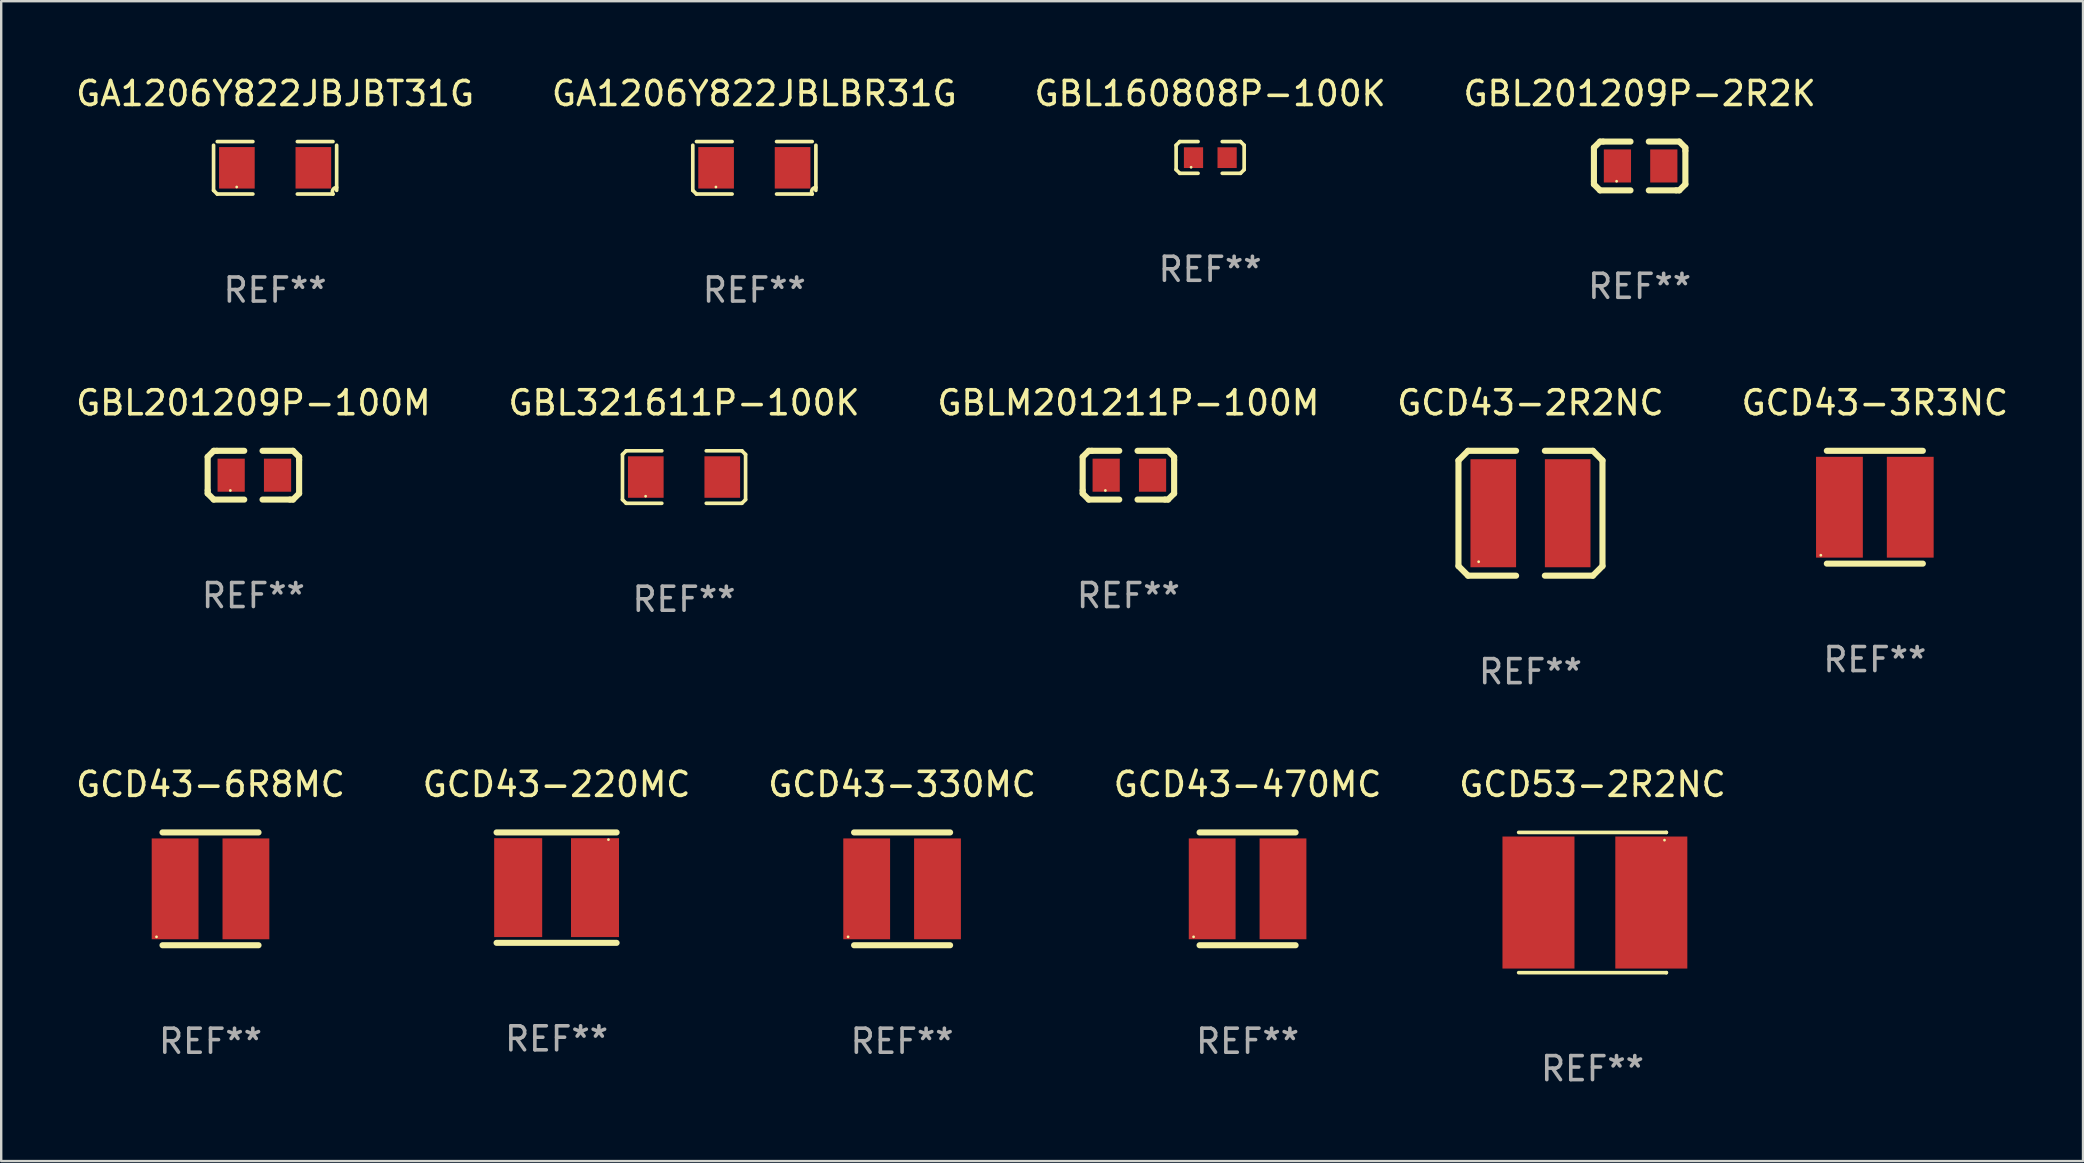
<source format=kicad_pcb>
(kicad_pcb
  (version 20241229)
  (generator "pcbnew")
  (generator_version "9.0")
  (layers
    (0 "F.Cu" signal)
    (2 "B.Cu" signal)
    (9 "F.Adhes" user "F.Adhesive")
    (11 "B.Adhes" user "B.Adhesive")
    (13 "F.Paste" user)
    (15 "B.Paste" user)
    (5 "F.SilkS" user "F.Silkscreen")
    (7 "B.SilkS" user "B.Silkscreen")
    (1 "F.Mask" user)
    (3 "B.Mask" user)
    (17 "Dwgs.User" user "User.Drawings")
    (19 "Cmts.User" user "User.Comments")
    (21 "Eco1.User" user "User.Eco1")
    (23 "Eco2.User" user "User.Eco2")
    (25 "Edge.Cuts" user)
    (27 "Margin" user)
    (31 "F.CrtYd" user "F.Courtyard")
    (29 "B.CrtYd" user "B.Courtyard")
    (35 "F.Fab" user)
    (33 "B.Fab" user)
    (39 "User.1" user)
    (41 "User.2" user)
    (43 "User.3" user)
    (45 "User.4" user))
  (footprint "GCD43-3R3NC"
    (layer "F.Cu")
    (at 75.054 18.08)
    (property "Reference" "GCD43-3R3NC" (at 0 -4.35 0) (layer "F.SilkS") (effects (font (size 1 1) (thickness 0.15))))
    (attr through_hole)
    (fp_line (start -2 -2.35) (end 2 -2.35) (stroke (width 0.254) (type solid)) (layer "F.SilkS"))
    (fp_line (start -2 2.35) (end 2 2.35) (stroke (width 0.254) (type solid)) (layer "F.SilkS"))
    (fp_circle (center -2.25 2) (end -2.22 2) (stroke (width 0.06) (type solid)) (fill no) (layer "F.SilkS"))
    (fp_text user "REF**" (at 0 6.35 0) (layer "F.Fab") (effects (font (size 1 1) (thickness 0.15))))
    (pad "1" smd rect (at -1.475 0 90) (size 4.2 1.95) (layers "F.Cu" "F.Mask" "F.Paste"))
    (pad "2" smd rect (at 1.475 0 90) (size 4.2 1.95) (layers "F.Cu" "F.Mask" "F.Paste")))
  (footprint "GCD53-2R2NC"
    (layer "F.Cu")
    (at 63.292 34.549)
    (property "Reference" "GCD53-2R2NC" (at 0 -4.921 0) (layer "F.SilkS") (effects (font (size 1 1) (thickness 0.15))))
    (attr through_hole)
    (fp_line (start -3.076 2.921) (end 3.076 2.921) (stroke (width 0.152) (type solid)) (layer "F.SilkS"))
    (fp_line (start -3.076 -2.921) (end 3.076 -2.921) (stroke (width 0.152) (type solid)) (layer "F.SilkS"))
    (fp_line (start 3.076 2.921) (end 3.076 2.921) (stroke (width 0.152) (type solid)) (layer "F.SilkS"))
    (fp_line (start 3.076 -2.921) (end 3.076 -2.921) (stroke (width 0.152) (type solid)) (layer "F.SilkS"))
    (fp_circle (center 2.999 -2.6) (end 3.029 -2.6) (stroke (width 0.06) (type solid)) (fill no) (layer "F.SilkS"))
    (fp_text user "REF**" (at 0 6.921 0) (layer "F.Fab") (effects (font (size 1 1) (thickness 0.15))))
    (pad "1" smd rect (at 2.45 -0.000013) (size 3 5.5) (layers "F.Cu" "F.Mask" "F.Paste"))
    (pad "2" smd rect (at -2.251 -0.000013) (size 3 5.5) (layers "F.Cu" "F.Mask" "F.Paste")))
  (footprint "GBL160808P-100K"
    (layer "F.Cu")
    (at 47.363 3.509)
    (property "Reference" "GBL160808P-100K" (at 0 -2.661 0) (layer "F.SilkS") (effects (font (size 1 1) (thickness 0.15))))
    (attr through_hole)
    (fp_line (start -1.417 -0.508) (end -1.265 -0.661) (stroke (width 0.152) (type solid)) (layer "F.SilkS"))
    (fp_line (start -1.417 0.508) (end -1.417 -0.508) (stroke (width 0.152) (type solid)) (layer "F.SilkS"))
    (fp_line (start -1.265 -0.661) (end -0.503 -0.661) (stroke (width 0.152) (type solid)) (layer "F.SilkS"))
    (fp_line (start -1.265 0.661) (end -1.417 0.508) (stroke (width 0.152) (type solid)) (layer "F.SilkS"))
    (fp_line (start -1.265 0.661) (end -0.503 0.661) (stroke (width 0.152) (type solid)) (layer "F.SilkS"))
    (fp_line (start 1.265 -0.661) (end 0.503 -0.661) (stroke (width 0.152) (type solid)) (layer "F.SilkS"))
    (fp_line (start 1.265 -0.661) (end 1.417 -0.508) (stroke (width 0.152) (type solid)) (layer "F.SilkS"))
    (fp_line (start 1.265 0.661) (end 0.503 0.661) (stroke (width 0.152) (type solid)) (layer "F.SilkS"))
    (fp_line (start 1.417 -0.508) (end 1.417 0.508) (stroke (width 0.152) (type solid)) (layer "F.SilkS"))
    (fp_line (start 1.417 0.508) (end 1.265 0.661) (stroke (width 0.152) (type solid)) (layer "F.SilkS"))
    (fp_circle (center -0.793 0.409) (end -0.763 0.409) (stroke (width 0.06) (type solid)) (fill no) (layer "F.SilkS"))
    (fp_text user "REF**" (at 0 4.661 0) (layer "F.Fab") (effects (font (size 1 1) (thickness 0.15))))
    (pad "1" smd rect (at -0.693 0.009 180) (size 0.8 0.864) (layers "F.Cu" "F.Mask" "F.Paste"))
    (pad "2" smd rect (at 0.707 0.009 180) (size 0.8 0.864) (layers "F.Cu" "F.Mask" "F.Paste")))
  (footprint "GCD43-330MC"
    (layer "F.Cu")
    (at 34.53 33.978)
    (property "Reference" "GCD43-330MC" (at 0 -4.35 0) (layer "F.SilkS") (effects (font (size 1 1) (thickness 0.15))))
    (attr through_hole)
    (fp_line (start -2 -2.35) (end 2 -2.35) (stroke (width 0.254) (type solid)) (layer "F.SilkS"))
    (fp_line (start -2 2.35) (end 2 2.35) (stroke (width 0.254) (type solid)) (layer "F.SilkS"))
    (fp_circle (center -2.25 2) (end -2.22 2) (stroke (width 0.06) (type solid)) (fill no) (layer "F.SilkS"))
    (fp_text user "REF**" (at 0 6.35 0) (layer "F.Fab") (effects (font (size 1 1) (thickness 0.15))))
    (pad "1" smd rect (at -1.475 0 90) (size 4.2 1.95) (layers "F.Cu" "F.Mask" "F.Paste"))
    (pad "2" smd rect (at 1.475 0 90) (size 4.2 1.95) (layers "F.Cu" "F.Mask" "F.Paste")))
  (footprint "GCD43-6R8MC"
    (layer "F.Cu")
    (at 5.72 33.978)
    (property "Reference" "GCD43-6R8MC" (at 0 -4.35 0) (layer "F.SilkS") (effects (font (size 1 1) (thickness 0.15))))
    (attr through_hole)
    (fp_line (start -2 -2.35) (end 2 -2.35) (stroke (width 0.254) (type solid)) (layer "F.SilkS"))
    (fp_line (start -2 2.35) (end 2 2.35) (stroke (width 0.254) (type solid)) (layer "F.SilkS"))
    (fp_circle (center -2.25 2) (end -2.22 2) (stroke (width 0.06) (type solid)) (fill no) (layer "F.SilkS"))
    (fp_text user "REF**" (at 0 6.35 0) (layer "F.Fab") (effects (font (size 1 1) (thickness 0.15))))
    (pad "1" smd rect (at -1.475 0 90) (size 4.2 1.95) (layers "F.Cu" "F.Mask" "F.Paste"))
    (pad "2" smd rect (at 1.475 0 90) (size 4.2 1.95) (layers "F.Cu" "F.Mask" "F.Paste")))
  (footprint "GBL321611P-100K"
    (layer "F.Cu")
    (at 25.446 16.823)
    (property "Reference" "GBL321611P-100K" (at 0 -3.093 0) (layer "F.SilkS") (effects (font (size 1 1) (thickness 0.15))))
    (attr through_hole)
    (fp_line (start -2.564 -0.94) (end -2.411 -1.093) (stroke (width 0.152) (type solid)) (layer "F.SilkS"))
    (fp_line (start -2.564 0.94) (end -2.564 -0.94) (stroke (width 0.152) (type solid)) (layer "F.SilkS"))
    (fp_line (start -2.411 -1.093) (end -0.926 -1.093) (stroke (width 0.152) (type solid)) (layer "F.SilkS"))
    (fp_line (start -2.411 1.093) (end -2.564 0.94) (stroke (width 0.152) (type solid)) (layer "F.SilkS"))
    (fp_line (start -0.926 1.093) (end -2.411 1.093) (stroke (width 0.152) (type solid)) (layer "F.SilkS"))
    (fp_line (start 0.926 1.093) (end 2.411 1.093) (stroke (width 0.152) (type solid)) (layer "F.SilkS"))
    (fp_line (start 2.411 -1.093) (end 0.926 -1.093) (stroke (width 0.152) (type solid)) (layer "F.SilkS"))
    (fp_line (start 2.411 1.093) (end 2.564 0.94) (stroke (width 0.152) (type solid)) (layer "F.SilkS"))
    (fp_line (start 2.564 -0.94) (end 2.411 -1.093) (stroke (width 0.152) (type solid)) (layer "F.SilkS"))
    (fp_line (start 2.564 0.94) (end 2.564 -0.94) (stroke (width 0.152) (type solid)) (layer "F.SilkS"))
    (fp_circle (center -1.6 0.8) (end -1.57 0.8) (stroke (width 0.06) (type solid)) (fill no) (layer "F.SilkS"))
    (fp_text user "REF**" (at 0 5.093 0) (layer "F.Fab") (effects (font (size 1 1) (thickness 0.15))))
    (pad "1" smd rect (at -1.593 0) (size 1.485 1.728) (layers "F.Cu" "F.Mask" "F.Paste"))
    (pad "2" smd rect (at 1.593 0) (size 1.485 1.728) (layers "F.Cu" "F.Mask" "F.Paste")))
  (footprint "GBL201209P-100M"
    (layer "F.Cu")
    (at 7.506 16.746)
    (property "Reference" "GBL201209P-100M" (at 0 -3.016 0) (layer "F.SilkS") (effects (font (size 1 1) (thickness 0.15))))
    (attr through_hole)
    (fp_line (start -1.905 -0.762) (end -1.905 0.635) (stroke (width 0.254) (type solid)) (layer "F.SilkS"))
    (fp_line (start -1.905 0.635) (end -1.905 0.762) (stroke (width 0.254) (type solid)) (layer "F.SilkS"))
    (fp_line (start -1.905 0.762) (end -1.651 1.016) (stroke (width 0.254) (type solid)) (layer "F.SilkS"))
    (fp_line (start -1.651 -1.016) (end -1.905 -0.762) (stroke (width 0.254) (type solid)) (layer "F.SilkS"))
    (fp_line (start -1.651 1.016) (end -0.381 1.016) (stroke (width 0.254) (type solid)) (layer "F.SilkS"))
    (fp_line (start -1.524 -1.016) (end -1.651 -1.016) (stroke (width 0.254) (type solid)) (layer "F.SilkS"))
    (fp_line (start -0.381 -1.016) (end -1.524 -1.016) (stroke (width 0.254) (type solid)) (layer "F.SilkS"))
    (fp_line (start 0.381 1.016) (end 1.524 1.016) (stroke (width 0.254) (type solid)) (layer "F.SilkS"))
    (fp_line (start 1.524 1.016) (end 1.651 1.016) (stroke (width 0.254) (type solid)) (layer "F.SilkS"))
    (fp_line (start 1.651 -1.016) (end 0.381 -1.016) (stroke (width 0.254) (type solid)) (layer "F.SilkS"))
    (fp_line (start 1.651 1.016) (end 1.905 0.762) (stroke (width 0.254) (type solid)) (layer "F.SilkS"))
    (fp_line (start 1.905 -0.762) (end 1.651 -1.016) (stroke (width 0.254) (type solid)) (layer "F.SilkS"))
    (fp_line (start 1.905 -0.635) (end 1.905 -0.762) (stroke (width 0.254) (type solid)) (layer "F.SilkS"))
    (fp_line (start 1.905 0.762) (end 1.905 -0.635) (stroke (width 0.254) (type solid)) (layer "F.SilkS"))
    (fp_circle (center -0.96 0.637) (end -0.93 0.637) (stroke (width 0.06) (type solid)) (fill no) (layer "F.SilkS"))
    (fp_text user "REF**" (at 0 5.016 0) (layer "F.Fab") (effects (font (size 1 1) (thickness 0.15))))
    (pad "1" smd rect (at -0.926 -0.000051) (size 1.133 1.377) (layers "F.Cu" "F.Mask" "F.Paste"))
    (pad "2" smd rect (at 1.006 -0.000051) (size 1.133 1.377) (layers "F.Cu" "F.Mask" "F.Paste")))
  (footprint "GCD43-470MC"
    (layer "F.Cu")
    (at 48.923 33.978)
    (property "Reference" "GCD43-470MC" (at 0 -4.35 0) (layer "F.SilkS") (effects (font (size 1 1) (thickness 0.15))))
    (attr through_hole)
    (fp_line (start -2 -2.35) (end 2 -2.35) (stroke (width 0.254) (type solid)) (layer "F.SilkS"))
    (fp_line (start -2 2.35) (end 2 2.35) (stroke (width 0.254) (type solid)) (layer "F.SilkS"))
    (fp_circle (center -2.25 2) (end -2.22 2) (stroke (width 0.06) (type solid)) (fill no) (layer "F.SilkS"))
    (fp_text user "REF**" (at 0 6.35 0) (layer "F.Fab") (effects (font (size 1 1) (thickness 0.15))))
    (pad "1" smd rect (at -1.475 0 90) (size 4.2 1.95) (layers "F.Cu" "F.Mask" "F.Paste"))
    (pad "2" smd rect (at 1.475 0 90) (size 4.2 1.95) (layers "F.Cu" "F.Mask" "F.Paste")))
  (footprint "GBLM201211P-100M"
    (layer "F.Cu")
    (at 43.958 16.746)
    (property "Reference" "GBLM201211P-100M" (at 0 -3.016 0) (layer "F.SilkS") (effects (font (size 1 1) (thickness 0.15))))
    (attr through_hole)
    (fp_line (start -1.905 -0.762) (end -1.905 0.635) (stroke (width 0.254) (type solid)) (layer "F.SilkS"))
    (fp_line (start -1.905 0.635) (end -1.905 0.762) (stroke (width 0.254) (type solid)) (layer "F.SilkS"))
    (fp_line (start -1.905 0.762) (end -1.651 1.016) (stroke (width 0.254) (type solid)) (layer "F.SilkS"))
    (fp_line (start -1.651 -1.016) (end -1.905 -0.762) (stroke (width 0.254) (type solid)) (layer "F.SilkS"))
    (fp_line (start -1.651 1.016) (end -0.381 1.016) (stroke (width 0.254) (type solid)) (layer "F.SilkS"))
    (fp_line (start -1.524 -1.016) (end -1.651 -1.016) (stroke (width 0.254) (type solid)) (layer "F.SilkS"))
    (fp_line (start -0.381 -1.016) (end -1.524 -1.016) (stroke (width 0.254) (type solid)) (layer "F.SilkS"))
    (fp_line (start 0.381 1.016) (end 1.524 1.016) (stroke (width 0.254) (type solid)) (layer "F.SilkS"))
    (fp_line (start 1.524 1.016) (end 1.651 1.016) (stroke (width 0.254) (type solid)) (layer "F.SilkS"))
    (fp_line (start 1.651 -1.016) (end 0.381 -1.016) (stroke (width 0.254) (type solid)) (layer "F.SilkS"))
    (fp_line (start 1.651 1.016) (end 1.905 0.762) (stroke (width 0.254) (type solid)) (layer "F.SilkS"))
    (fp_line (start 1.905 -0.762) (end 1.651 -1.016) (stroke (width 0.254) (type solid)) (layer "F.SilkS"))
    (fp_line (start 1.905 -0.635) (end 1.905 -0.762) (stroke (width 0.254) (type solid)) (layer "F.SilkS"))
    (fp_line (start 1.905 0.762) (end 1.905 -0.635) (stroke (width 0.254) (type solid)) (layer "F.SilkS"))
    (fp_circle (center -0.96 0.637) (end -0.93 0.637) (stroke (width 0.06) (type solid)) (fill no) (layer "F.SilkS"))
    (fp_text user "REF**" (at 0 5.016 0) (layer "F.Fab") (effects (font (size 1 1) (thickness 0.15))))
    (pad "1" smd rect (at -0.926 -0.000051) (size 1.133 1.377) (layers "F.Cu" "F.Mask" "F.Paste"))
    (pad "2" smd rect (at 1.006 -0.000051) (size 1.133 1.377) (layers "F.Cu" "F.Mask" "F.Paste")))
  (footprint "GBL201209P-2R2K"
    (layer "F.Cu")
    (at 65.256 3.864)
    (property "Reference" "GBL201209P-2R2K" (at 0 -3.016 0) (layer "F.SilkS") (effects (font (size 1 1) (thickness 0.15))))
    (attr through_hole)
    (fp_line (start -1.905 -0.762) (end -1.905 0.635) (stroke (width 0.254) (type solid)) (layer "F.SilkS"))
    (fp_line (start -1.905 0.635) (end -1.905 0.762) (stroke (width 0.254) (type solid)) (layer "F.SilkS"))
    (fp_line (start -1.905 0.762) (end -1.651 1.016) (stroke (width 0.254) (type solid)) (layer "F.SilkS"))
    (fp_line (start -1.651 -1.016) (end -1.905 -0.762) (stroke (width 0.254) (type solid)) (layer "F.SilkS"))
    (fp_line (start -1.651 1.016) (end -0.381 1.016) (stroke (width 0.254) (type solid)) (layer "F.SilkS"))
    (fp_line (start -1.524 -1.016) (end -1.651 -1.016) (stroke (width 0.254) (type solid)) (layer "F.SilkS"))
    (fp_line (start -0.381 -1.016) (end -1.524 -1.016) (stroke (width 0.254) (type solid)) (layer "F.SilkS"))
    (fp_line (start 0.381 1.016) (end 1.524 1.016) (stroke (width 0.254) (type solid)) (layer "F.SilkS"))
    (fp_line (start 1.524 1.016) (end 1.651 1.016) (stroke (width 0.254) (type solid)) (layer "F.SilkS"))
    (fp_line (start 1.651 -1.016) (end 0.381 -1.016) (stroke (width 0.254) (type solid)) (layer "F.SilkS"))
    (fp_line (start 1.651 1.016) (end 1.905 0.762) (stroke (width 0.254) (type solid)) (layer "F.SilkS"))
    (fp_line (start 1.905 -0.762) (end 1.651 -1.016) (stroke (width 0.254) (type solid)) (layer "F.SilkS"))
    (fp_line (start 1.905 -0.635) (end 1.905 -0.762) (stroke (width 0.254) (type solid)) (layer "F.SilkS"))
    (fp_line (start 1.905 0.762) (end 1.905 -0.635) (stroke (width 0.254) (type solid)) (layer "F.SilkS"))
    (fp_circle (center -0.96 0.637) (end -0.93 0.637) (stroke (width 0.06) (type solid)) (fill no) (layer "F.SilkS"))
    (fp_text user "REF**" (at 0 5.016 0) (layer "F.Fab") (effects (font (size 1 1) (thickness 0.15))))
    (pad "1" smd rect (at -0.926 -0.000051) (size 1.133 1.377) (layers "F.Cu" "F.Mask" "F.Paste"))
    (pad "2" smd rect (at 1.006 -0.000051) (size 1.133 1.377) (layers "F.Cu" "F.Mask" "F.Paste")))
  (footprint "GA1206Y822JBJBT31G"
    (layer "F.Cu")
    (at 8.411 3.941)
    (property "Reference" "GA1206Y822JBJBT31G" (at 0 -3.093 0) (layer "F.SilkS") (effects (font (size 1 1) (thickness 0.15))))
    (attr through_hole)
    (fp_line (start -2.564 0.94) (end -2.564 -0.94) (stroke (width 0.152) (type solid)) (layer "F.SilkS"))
    (fp_line (start -2.411 -1.093) (end -0.926 -1.093) (stroke (width 0.152) (type solid)) (layer "F.SilkS"))
    (fp_line (start -0.926 1.093) (end -2.411 1.093) (stroke (width 0.152) (type solid)) (layer "F.SilkS"))
    (fp_line (start 0.926 1.093) (end 2.411 1.093) (stroke (width 0.152) (type solid)) (layer "F.SilkS"))
    (fp_line (start 2.411 -1.093) (end 0.926 -1.093) (stroke (width 0.152) (type solid)) (layer "F.SilkS"))
    (fp_line (start 2.564 0.94) (end 2.564 -0.94) (stroke (width 0.152) (type solid)) (layer "F.SilkS"))
    (fp_arc (start -2.411201 1.092609) (mid -2.487413 1.01642) (end -2.563602 0.940208) (stroke (width 0.1524) (type solid)) (layer "F.SilkS"))
    (fp_arc (start 2.411201 1.092609) (mid 2.407159 0.911226) (end 2.563602 0.819347) (stroke (width 0.1524) (type solid)) (layer "F.SilkS"))
    (fp_circle (center -1.6 0.8) (end -1.57 0.8) (stroke (width 0.06) (type solid)) (fill no) (layer "F.SilkS"))
    (fp_text user "REF**" (at 0 5.093 0) (layer "F.Fab") (effects (font (size 1 1) (thickness 0.15))))
    (pad "1" smd rect (at -1.593 0) (size 1.485 1.728) (layers "F.Cu" "F.Mask" "F.Paste"))
    (pad "2" smd rect (at 1.593 0) (size 1.485 1.728) (layers "F.Cu" "F.Mask" "F.Paste")))
  (footprint "GA1206Y822JBLBR31G"
    (layer "F.Cu")
    (at 28.375 3.941)
    (property "Reference" "GA1206Y822JBLBR31G" (at 0 -3.093 0) (layer "F.SilkS") (effects (font (size 1 1) (thickness 0.15))))
    (attr through_hole)
    (fp_line (start -2.564 0.94) (end -2.564 -0.94) (stroke (width 0.152) (type solid)) (layer "F.SilkS"))
    (fp_line (start -2.411 -1.093) (end -0.926 -1.093) (stroke (width 0.152) (type solid)) (layer "F.SilkS"))
    (fp_line (start -0.926 1.093) (end -2.411 1.093) (stroke (width 0.152) (type solid)) (layer "F.SilkS"))
    (fp_line (start 0.926 1.093) (end 2.411 1.093) (stroke (width 0.152) (type solid)) (layer "F.SilkS"))
    (fp_line (start 2.411 -1.093) (end 0.926 -1.093) (stroke (width 0.152) (type solid)) (layer "F.SilkS"))
    (fp_line (start 2.564 0.94) (end 2.564 -0.94) (stroke (width 0.152) (type solid)) (layer "F.SilkS"))
    (fp_arc (start -2.411201 1.092609) (mid -2.487413 1.01642) (end -2.563602 0.940208) (stroke (width 0.1524) (type solid)) (layer "F.SilkS"))
    (fp_arc (start 2.411201 1.092609) (mid 2.407159 0.911226) (end 2.563602 0.819347) (stroke (width 0.1524) (type solid)) (layer "F.SilkS"))
    (fp_circle (center -1.6 0.8) (end -1.57 0.8) (stroke (width 0.06) (type solid)) (fill no) (layer "F.SilkS"))
    (fp_text user "REF**" (at 0 5.093 0) (layer "F.Fab") (effects (font (size 1 1) (thickness 0.15))))
    (pad "1" smd rect (at -1.593 0) (size 1.485 1.728) (layers "F.Cu" "F.Mask" "F.Paste"))
    (pad "2" smd rect (at 1.593 0) (size 1.485 1.728) (layers "F.Cu" "F.Mask" "F.Paste")))
  (footprint "GCD43-220MC"
    (layer "F.Cu")
    (at 20.137 33.928)
    (property "Reference" "GCD43-220MC" (at 0 -4.3 0) (layer "F.SilkS") (effects (font (size 1 1) (thickness 0.15))))
    (attr through_hole)
    (fp_line (start -2.5 -2.3) (end 2.5 -2.3) (stroke (width 0.254) (type solid)) (layer "F.SilkS"))
    (fp_line (start -2.5 2.3) (end 2.5 2.3) (stroke (width 0.254) (type solid)) (layer "F.SilkS"))
    (fp_circle (center 2.16 -2) (end 2.19 -2) (stroke (width 0.06) (type solid)) (fill no) (layer "F.SilkS"))
    (fp_text user "REF**" (at 0 6.3 0) (layer "F.Fab") (effects (font (size 1 1) (thickness 0.15))))
    (pad "1" smd rect (at 1.6 0) (size 2 4.12) (layers "F.Cu" "F.Mask" "F.Paste"))
    (pad "2" smd rect (at -1.6 0) (size 2 4.12) (layers "F.Cu" "F.Mask" "F.Paste")))
  (footprint "GCD43-2R2NC"
    (layer "F.Cu")
    (at 60.708 18.331)
    (property "Reference" "GCD43-2R2NC" (at 0 -4.601 0) (layer "F.SilkS") (effects (font (size 1 1) (thickness 0.15))))
    (attr through_hole)
    (fp_line (start -3 -2.2) (end -2.601 -2.601) (stroke (width 0.254) (type solid)) (layer "F.SilkS"))
    (fp_line (start -3 2.2) (end -3 -2.2) (stroke (width 0.254) (type solid)) (layer "F.SilkS"))
    (fp_line (start -2.601 -2.601) (end -0.599 -2.601) (stroke (width 0.254) (type solid)) (layer "F.SilkS"))
    (fp_line (start -2.601 2.601) (end -3 2.2) (stroke (width 0.254) (type solid)) (layer "F.SilkS"))
    (fp_line (start -0.599 2.601) (end -2.601 2.601) (stroke (width 0.254) (type solid)) (layer "F.SilkS"))
    (fp_line (start 0.599 -2.601) (end 2.601 -2.601) (stroke (width 0.254) (type solid)) (layer "F.SilkS"))
    (fp_line (start 2.601 -2.601) (end 3 -2.2) (stroke (width 0.254) (type solid)) (layer "F.SilkS"))
    (fp_line (start 2.601 2.601) (end 0.599 2.601) (stroke (width 0.254) (type solid)) (layer "F.SilkS"))
    (fp_line (start 3 -2.2) (end 3 2.2) (stroke (width 0.254) (type solid)) (layer "F.SilkS"))
    (fp_line (start 3 2.2) (end 2.601 2.601) (stroke (width 0.254) (type solid)) (layer "F.SilkS"))
    (fp_circle (center -2.159 2.02) (end -2.129 2.02) (stroke (width 0.06) (type solid)) (fill no) (layer "F.SilkS"))
    (fp_text user "REF**" (at 0 6.601 0) (layer "F.Fab") (effects (font (size 1 1) (thickness 0.15))))
    (pad "1" smd rect (at -1.55 0) (size 1.9 4.5) (layers "F.Cu" "F.Mask" "F.Paste"))
    (pad "2" smd rect (at 1.55 0) (size 1.9 4.5) (layers "F.Cu" "F.Mask" "F.Paste")))
  (gr_rect
    (start -3 -3)
    (end 83.726 45.319)
    (stroke (width 0.1) (type default))
    (fill no)
    (layer "Edge.Cuts")))
</source>
